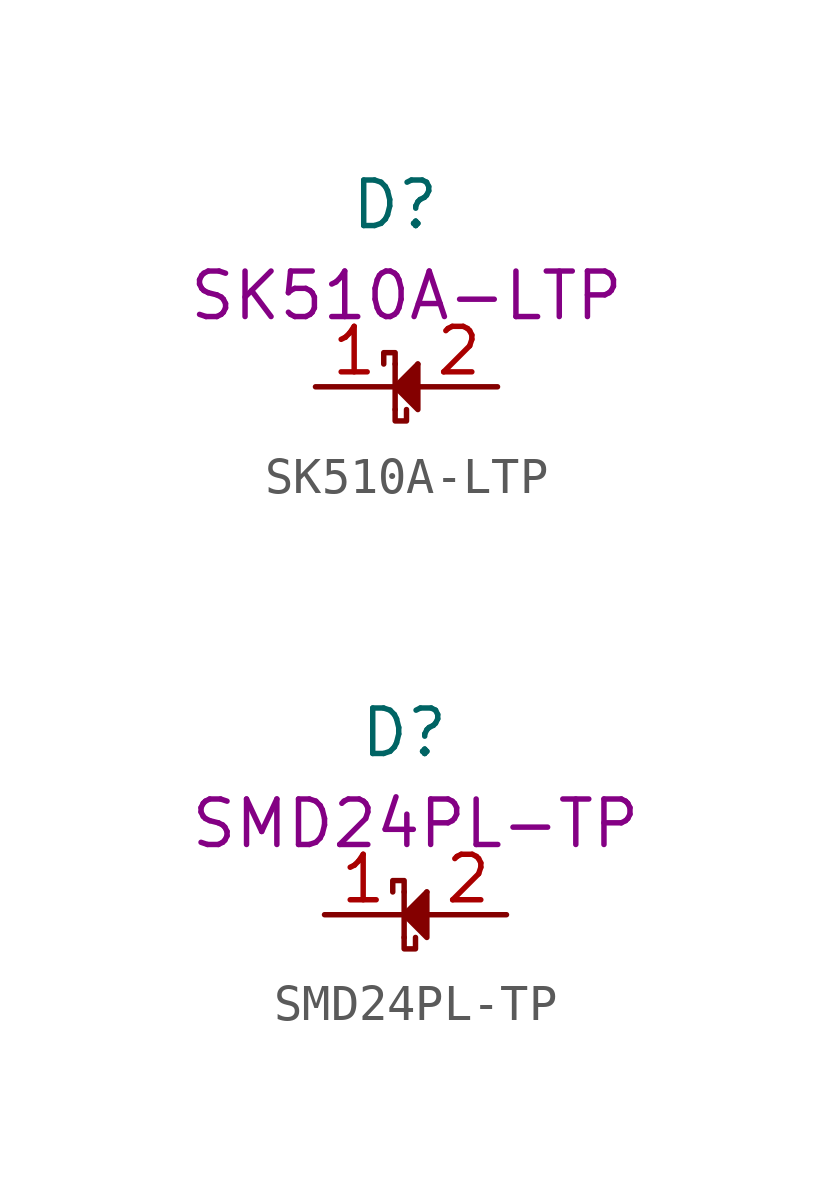
<source format=kicad_sym>
(kicad_symbol_lib
  (version 20211014)
  (generator kicad_symbol_editor)
  (symbol "SK510A-LTP"
    (property "Reference" "D"
      (at 2.223 5.08 0)
      (effects (font (size 1.27 1.27))))
    (property "P/N" "SK510A-LTP"
      (at 2.54 2.54 0)
      (effects (font (size 1.27 1.27))))
    (symbol "SK510A-LTP_0_1"
      (polyline (pts (xy 2.223 0.635) (xy 2.223 -0.635)) (stroke (width 0) (type default) (color 0 0 0 0)) (fill (type none)))
      (polyline (pts (xy 2.857 0.635) (xy 2.223 0)) (stroke (width 0) (type default) (color 0 0 0 0)) (fill (type none)))
      (polyline (pts (xy 2.857 0.635) (xy 2.857 -0.635) (xy 2.223 0)) (stroke (width 0) (type default) (color 0 0 0 0)) (fill (type outline)))
      (polyline (pts (xy 2.223 -0.635) (xy 2.223 -0.953) (xy 2.54 -0.953) (xy 2.54 -0.635)) (stroke (width 0) (type default) (color 0 0 0 0)) (fill (type none)))
      (polyline (pts (xy 2.223 0.635) (xy 2.223 0.953) (xy 1.905 0.953) (xy 1.905 0.635)) (stroke (width 0) (type default) (color 0 0 0 0)) (fill (type none))))
    (symbol "SK510A-LTP_1_1"
      (pin passive line (at 0 0 0) (length 2.159) (name "~" (effects (font (size 1.27 1.27)))) (number "1" (effects (font (size 1.27 1.27)))))
      (pin passive line (at 5.08 0 180) (length 2.159) (name "~" (effects (font (size 1.27 1.27)))) (number "2" (effects (font (size 1.27 1.27)))))))
  (symbol "SMD24PL-TP"
    (property "Reference" "D"
      (at 2.223 5.08 0)
      (effects (font (size 1.27 1.27))))
    (property "P/N" "SMD24PL-TP"
      (at 2.54 2.54 0)
      (effects (font (size 1.27 1.27))))
    (symbol "SMD24PL-TP_0_1"
      (polyline (pts (xy 2.223 0.635) (xy 2.223 -0.635)) (stroke (width 0) (type default) (color 0 0 0 0)) (fill (type none)))
      (polyline (pts (xy 2.857 0.635) (xy 2.223 0)) (stroke (width 0) (type default) (color 0 0 0 0)) (fill (type none)))
      (polyline (pts (xy 2.857 0.635) (xy 2.857 -0.635) (xy 2.223 0)) (stroke (width 0) (type default) (color 0 0 0 0)) (fill (type outline)))
      (polyline (pts (xy 2.223 -0.635) (xy 2.223 -0.953) (xy 2.54 -0.953) (xy 2.54 -0.635)) (stroke (width 0) (type default) (color 0 0 0 0)) (fill (type none)))
      (polyline (pts (xy 2.223 0.635) (xy 2.223 0.953) (xy 1.905 0.953) (xy 1.905 0.635)) (stroke (width 0) (type default) (color 0 0 0 0)) (fill (type none))))
    (symbol "SMD24PL-TP_1_1"
      (pin passive line (at 0 0 0) (length 2.159) (name "~" (effects (font (size 1.27 1.27)))) (number "1" (effects (font (size 1.27 1.27)))))
      (pin passive line (at 5.08 0 180) (length 2.159) (name "~" (effects (font (size 1.27 1.27)))) (number "2" (effects (font (size 1.27 1.27))))))))
</source>
